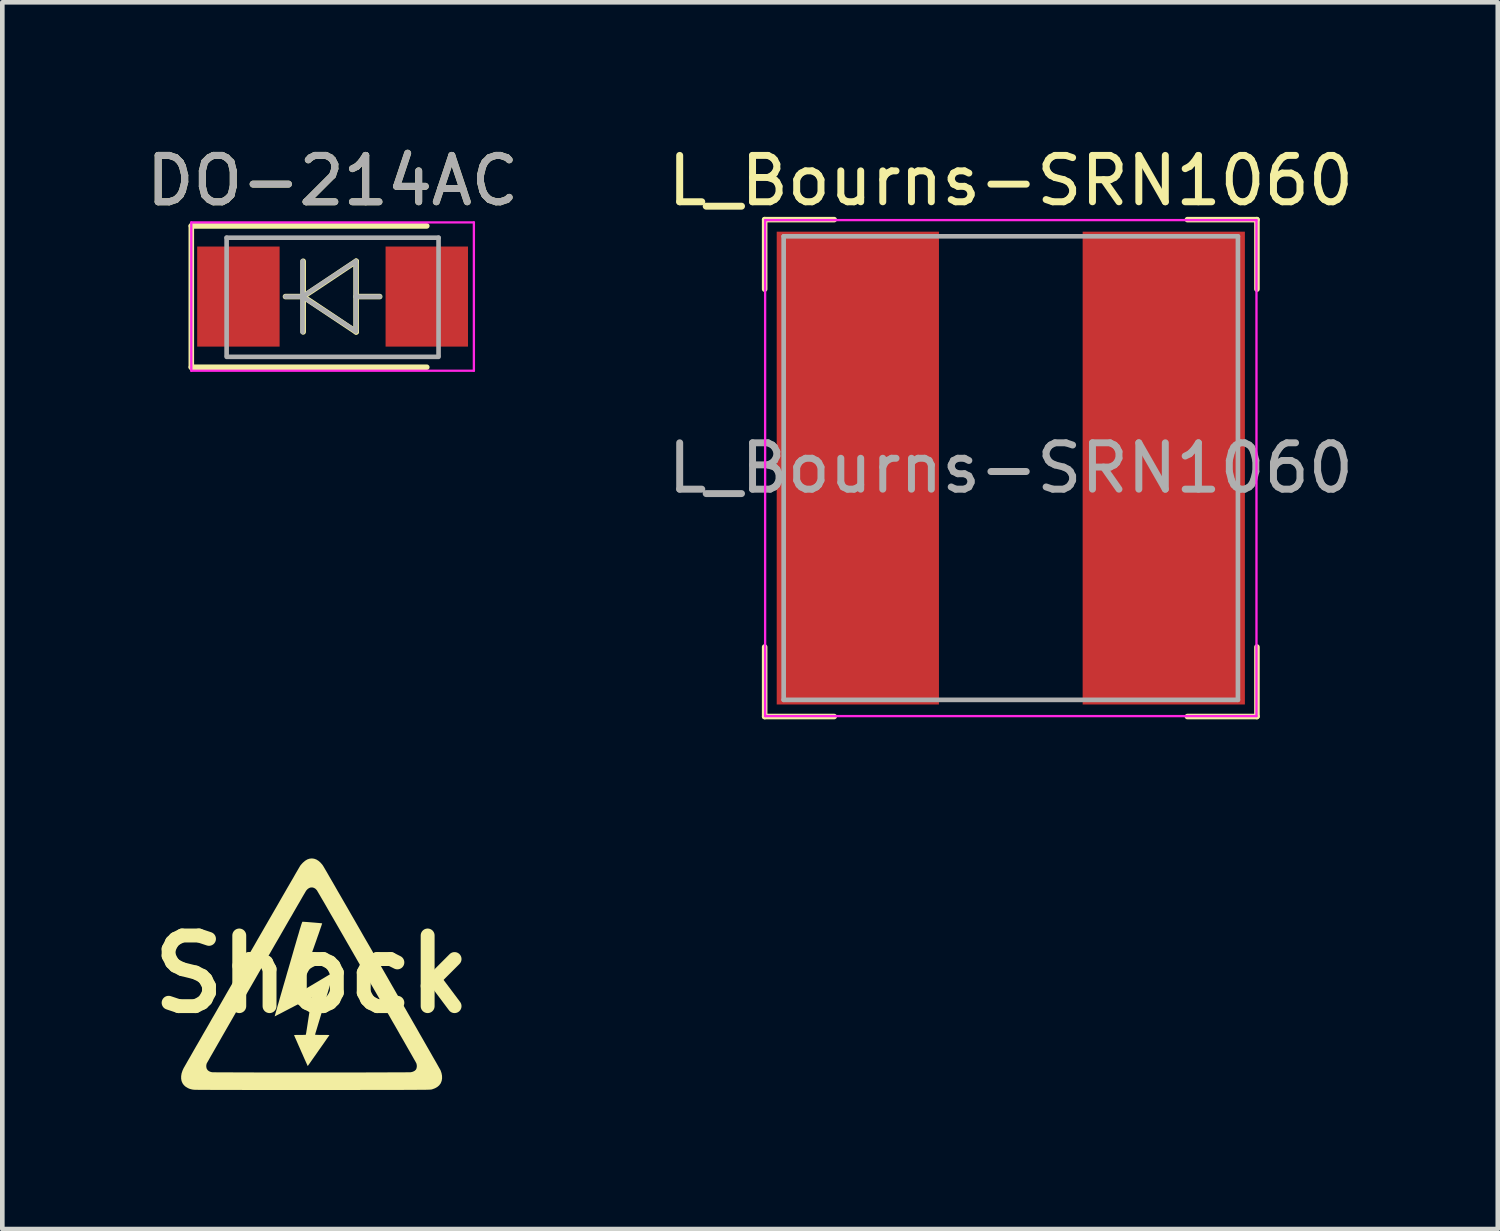
<source format=kicad_pcb>
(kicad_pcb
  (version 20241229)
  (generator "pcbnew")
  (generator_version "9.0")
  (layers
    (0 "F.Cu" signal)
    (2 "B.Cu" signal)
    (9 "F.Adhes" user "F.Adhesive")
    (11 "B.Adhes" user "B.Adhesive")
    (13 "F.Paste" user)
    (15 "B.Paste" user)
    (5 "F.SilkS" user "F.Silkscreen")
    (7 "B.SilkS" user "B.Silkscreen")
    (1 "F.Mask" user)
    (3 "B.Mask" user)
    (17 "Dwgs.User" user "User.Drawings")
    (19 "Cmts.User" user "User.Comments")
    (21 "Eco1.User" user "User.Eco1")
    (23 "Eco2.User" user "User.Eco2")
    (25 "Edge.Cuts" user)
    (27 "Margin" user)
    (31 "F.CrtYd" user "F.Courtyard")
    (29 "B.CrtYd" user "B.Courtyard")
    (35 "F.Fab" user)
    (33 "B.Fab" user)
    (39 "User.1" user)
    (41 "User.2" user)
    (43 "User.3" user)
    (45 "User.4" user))
  (footprint "L_Bourns-SRN1060"
    (layer "F.Cu")
    (at 18.756 7.048)
    (property "Reference" "L_Bourns-SRN1060" (at 0 -6.2 0) (layer "F.SilkS") (effects (font (size 1 1) (thickness 0.15))))
    (attr smd)
    (fp_line (start -5.31 -5.36) (end -5.31 -3.86) (stroke (width 0.12) (type solid)) (layer "F.SilkS"))
    (fp_line (start -5.31 -5.36) (end -3.81 -5.36) (stroke (width 0.12) (type solid)) (layer "F.SilkS"))
    (fp_line (start -5.31 5.36) (end -5.31 3.86) (stroke (width 0.12) (type solid)) (layer "F.SilkS"))
    (fp_line (start -5.31 5.36) (end -3.81 5.36) (stroke (width 0.12) (type solid)) (layer "F.SilkS"))
    (fp_line (start 5.31 -5.36) (end 3.81 -5.36) (stroke (width 0.12) (type solid)) (layer "F.SilkS"))
    (fp_line (start 5.31 -5.36) (end 5.31 -3.86) (stroke (width 0.12) (type solid)) (layer "F.SilkS"))
    (fp_line (start 5.31 5.36) (end 3.81 5.36) (stroke (width 0.12) (type solid)) (layer "F.SilkS"))
    (fp_line (start 5.31 5.36) (end 5.31 3.86) (stroke (width 0.12) (type solid)) (layer "F.SilkS"))
    (fp_line (start -5.3 -5.35) (end -5.3 5.35) (stroke (width 0.05) (type solid)) (layer "F.CrtYd"))
    (fp_line (start -5.3 -5.35) (end 5.3 -5.35) (stroke (width 0.05) (type solid)) (layer "F.CrtYd"))
    (fp_line (start -5.3 5.35) (end 5.3 5.35) (stroke (width 0.05) (type solid)) (layer "F.CrtYd"))
    (fp_line (start 5.3 -5.35) (end 5.3 5.35) (stroke (width 0.05) (type solid)) (layer "F.CrtYd"))
    (fp_line (start -4.9 -5) (end -4.9 5) (stroke (width 0.1) (type solid)) (layer "F.Fab"))
    (fp_line (start -4.9 -5) (end 4.9 -5) (stroke (width 0.1) (type solid)) (layer "F.Fab"))
    (fp_line (start -4.9 5) (end 4.9 5) (stroke (width 0.1) (type solid)) (layer "F.Fab"))
    (fp_line (start 4.9 -5) (end 4.9 5) (stroke (width 0.1) (type solid)) (layer "F.Fab"))
    (fp_text user "${REFERENCE}" (at 0 0 0) (layer "F.Fab") (effects (font (size 1 1) (thickness 0.15))))
    (pad "1" smd rect (at -3.3 0) (size 3.5 10.2) (layers "F.Cu" "F.Mask" "F.Paste"))
    (pad "2" smd rect (at 3.3 0) (size 3.5 10.2) (layers "F.Cu" "F.Mask" "F.Paste")))
  (footprint "DO-214AC"
    (layer "F.Cu")
    (at 4.125 3.348)
    (property "Reference" "DO-214AC" (at 0 -2.5 0) (layer "F.SilkS") (effects (font (size 1 1) (thickness 0.15))))
    (attr smd)
    (fp_line (start -3.048 -1.524) (end -3.048 1.524) (stroke (width 0.12) (type solid)) (layer "F.SilkS"))
    (fp_line (start -3.048 1.524) (end 2.032 1.524) (stroke (width 0.12) (type solid)) (layer "F.SilkS"))
    (fp_line (start -0.635 -0.762) (end -0.635 0.762) (stroke (width 0.12) (type solid)) (layer "F.SilkS"))
    (fp_line (start -0.635 0) (end -1.016 0) (stroke (width 0.12) (type solid)) (layer "F.SilkS"))
    (fp_line (start -0.635 0) (end 0.508 -0.762) (stroke (width 0.12) (type solid)) (layer "F.SilkS"))
    (fp_line (start 0.508 -0.762) (end 0.508 0.762) (stroke (width 0.12) (type solid)) (layer "F.SilkS"))
    (fp_line (start 0.508 0) (end 1.016 0) (stroke (width 0.12) (type solid)) (layer "F.SilkS"))
    (fp_line (start 0.508 0.762) (end -0.635 0) (stroke (width 0.12) (type solid)) (layer "F.SilkS"))
    (fp_line (start 2.032 -1.524) (end -3.048 -1.524) (stroke (width 0.12) (type solid)) (layer "F.SilkS"))
    (fp_line (start -3.048 -1.6) (end 3.048 -1.6) (stroke (width 0.05) (type solid)) (layer "F.CrtYd"))
    (fp_line (start -3.048 1.6) (end -3.048 -1.6) (stroke (width 0.05) (type solid)) (layer "F.CrtYd"))
    (fp_line (start 3.048 -1.6) (end 3.048 1.6) (stroke (width 0.05) (type solid)) (layer "F.CrtYd"))
    (fp_line (start 3.048 1.6) (end -3.048 1.6) (stroke (width 0.05) (type solid)) (layer "F.CrtYd"))
    (fp_line (start -2.286 -1.27) (end -2.286 1.27) (stroke (width 0.1) (type solid)) (layer "F.Fab"))
    (fp_line (start -2.286 -1.27) (end 2.286 -1.27) (stroke (width 0.1) (type solid)) (layer "F.Fab"))
    (fp_line (start -2.286 1.3) (end 2.286 1.3) (stroke (width 0.1) (type solid)) (layer "F.Fab"))
    (fp_line (start -0.649 -0.762) (end -0.649 0.762) (stroke (width 0.1) (type solid)) (layer "F.Fab"))
    (fp_line (start -0.649 0.001) (end -1.016 0.001) (stroke (width 0.1) (type solid)) (layer "F.Fab"))
    (fp_line (start -0.649 0.001) (end 0.501 -0.762) (stroke (width 0.1) (type solid)) (layer "F.Fab"))
    (fp_line (start -0.649 0.001) (end 0.501 0.75) (stroke (width 0.1) (type solid)) (layer "F.Fab"))
    (fp_line (start 0.501 0.001) (end 1.016 0.001) (stroke (width 0.1) (type solid)) (layer "F.Fab"))
    (fp_line (start 0.501 0.75) (end 0.501 -0.762) (stroke (width 0.1) (type solid)) (layer "F.Fab"))
    (fp_line (start 2.286 1.27) (end 2.286 -1.27) (stroke (width 0.1) (type solid)) (layer "F.Fab"))
    (fp_text user "${REFERENCE}" (at 0 -2.5 0) (layer "F.Fab") (effects (font (size 1 1) (thickness 0.15))))
    (pad "1" smd rect (at -2.032 0) (size 1.778 2.159) (layers "F.Cu" "F.Mask" "F.Paste"))
    (pad "2" smd rect (at 2.032 0) (size 1.778 2.159) (layers "F.Cu" "F.Mask" "F.Paste")))
  (footprint "Shock"
    (layer "F.Cu")
    (at 3.672 17.966)
    (property "Reference" "Shock" (at 0 0 0) (layer "F.SilkS") (effects (font (size 1.524 1.524) (thickness 0.3))))
    (attr board_only exclude_from_pos_files exclude_from_bom)
    (fp_poly (pts (xy -0.186 -1.131) (xy -0.167 -1.13) (xy -0.14 -1.128) (xy -0.107 -1.126) (xy -0.07 -1.123) (xy -0.029 -1.12) (xy 0.014 -1.116) (xy 0.056 -1.113) (xy 0.098 -1.109) (xy 0.136 -1.106) (xy 0.169 -1.103) (xy 0.197 -1.1) (xy 0.216 -1.098) (xy 0.227 -1.096) (xy 0.228 -1.096) (xy 0.227 -1.09) (xy 0.221 -1.074) (xy 0.213 -1.049) (xy 0.201 -1.014) (xy 0.186 -0.971) (xy 0.169 -0.921) (xy 0.149 -0.863) (xy 0.126 -0.799) (xy 0.102 -0.729) (xy 0.075 -0.653) (xy 0.047 -0.573) (xy 0.017 -0.489) (xy -0.014 -0.402) (xy -0.036 -0.338) (xy -0.068 -0.249) (xy -0.099 -0.162) (xy -0.128 -0.079) (xy -0.156 -0.001) (xy -0.182 0.073) (xy -0.206 0.142) (xy -0.228 0.204) (xy -0.248 0.259) (xy -0.264 0.308) (xy -0.279 0.348) (xy -0.29 0.38) (xy -0.297 0.402) (xy -0.302 0.415) (xy -0.302 0.418) (xy -0.297 0.415) (xy -0.283 0.407) (xy -0.261 0.394) (xy -0.23 0.376) (xy -0.193 0.355) (xy -0.15 0.329) (xy -0.102 0.3) (xy -0.049 0.268) (xy 0.008 0.234) (xy 0.069 0.198) (xy 0.089 0.186) (xy 0.15 0.15) (xy 0.208 0.115) (xy 0.262 0.083) (xy 0.312 0.053) (xy 0.357 0.026) (xy 0.397 0.003) (xy 0.429 -0.016) (xy 0.454 -0.031) (xy 0.471 -0.04) (xy 0.479 -0.045) (xy 0.48 -0.045) (xy 0.478 -0.039) (xy 0.474 -0.023) (xy 0.466 0.002) (xy 0.456 0.037) (xy 0.443 0.08) (xy 0.428 0.13) (xy 0.411 0.188) (xy 0.392 0.252) (xy 0.371 0.321) (xy 0.349 0.396) (xy 0.325 0.475) (xy 0.3 0.557) (xy 0.278 0.629) (xy 0.252 0.714) (xy 0.228 0.796) (xy 0.204 0.874) (xy 0.182 0.948) (xy 0.161 1.017) (xy 0.142 1.08) (xy 0.125 1.137) (xy 0.11 1.187) (xy 0.097 1.229) (xy 0.087 1.262) (xy 0.08 1.287) (xy 0.076 1.301) (xy 0.075 1.305) (xy 0.08 1.307) (xy 0.096 1.308) (xy 0.12 1.309) (xy 0.151 1.31) (xy 0.188 1.31) (xy 0.228 1.311) (xy 0.23 1.311) (xy 0.271 1.311) (xy 0.308 1.311) (xy 0.339 1.311) (xy 0.363 1.312) (xy 0.379 1.313) (xy 0.385 1.313) (xy 0.385 1.313) (xy 0.382 1.318) (xy 0.373 1.332) (xy 0.358 1.353) (xy 0.339 1.38) (xy 0.316 1.413) (xy 0.289 1.452) (xy 0.26 1.494) (xy 0.228 1.539) (xy 0.195 1.586) (xy 0.161 1.634) (xy 0.127 1.683) (xy 0.094 1.731) (xy 0.061 1.777) (xy 0.03 1.821) (xy 0.002 1.861) (xy -0.023 1.897) (xy -0.045 1.928) (xy -0.063 1.953) (xy -0.075 1.971) (xy -0.082 1.98) (xy -0.083 1.982) (xy -0.086 1.977) (xy -0.092 1.962) (xy -0.103 1.939) (xy -0.117 1.908) (xy -0.134 1.87) (xy -0.154 1.826) (xy -0.176 1.776) (xy -0.199 1.723) (xy -0.225 1.666) (xy -0.23 1.654) (xy -0.255 1.596) (xy -0.28 1.541) (xy -0.302 1.49) (xy -0.322 1.444) (xy -0.34 1.403) (xy -0.355 1.37) (xy -0.366 1.344) (xy -0.374 1.326) (xy -0.378 1.318) (xy -0.378 1.318) (xy -0.376 1.315) (xy -0.369 1.313) (xy -0.355 1.312) (xy -0.333 1.311) (xy -0.302 1.311) (xy -0.26 1.311) (xy -0.254 1.311) (xy -0.217 1.31) (xy -0.184 1.31) (xy -0.157 1.309) (xy -0.137 1.308) (xy -0.126 1.307) (xy -0.124 1.306) (xy -0.123 1.299) (xy -0.12 1.283) (xy -0.115 1.257) (xy -0.11 1.223) (xy -0.103 1.182) (xy -0.096 1.136) (xy -0.088 1.085) (xy -0.08 1.03) (xy -0.071 0.973) (xy -0.062 0.915) (xy -0.053 0.856) (xy -0.044 0.799) (xy -0.036 0.743) (xy -0.028 0.691) (xy -0.021 0.642) (xy -0.015 0.599) (xy -0.009 0.563) (xy -0.005 0.534) (xy -0.003 0.514) (xy -0.002 0.503) (xy -0.002 0.502) (xy -0.007 0.504) (xy -0.022 0.511) (xy -0.045 0.523) (xy -0.077 0.539) (xy -0.115 0.558) (xy -0.16 0.581) (xy -0.21 0.607) (xy -0.265 0.635) (xy -0.324 0.666) (xy -0.386 0.698) (xy -0.4 0.706) (xy -0.463 0.738) (xy -0.522 0.769) (xy -0.578 0.798) (xy -0.629 0.825) (xy -0.675 0.849) (xy -0.715 0.869) (xy -0.748 0.886) (xy -0.773 0.899) (xy -0.79 0.907) (xy -0.797 0.911) (xy -0.797 0.911) (xy -0.796 0.906) (xy -0.791 0.89) (xy -0.784 0.864) (xy -0.774 0.828) (xy -0.761 0.784) (xy -0.746 0.732) (xy -0.729 0.671) (xy -0.709 0.604) (xy -0.688 0.529) (xy -0.665 0.449) (xy -0.64 0.363) (xy -0.614 0.272) (xy -0.586 0.176) (xy -0.557 0.077) (xy -0.528 -0.026) (xy -0.503 -0.11) (xy -0.467 -0.234) (xy -0.434 -0.348) (xy -0.404 -0.452) (xy -0.377 -0.547) (xy -0.352 -0.632) (xy -0.33 -0.708) (xy -0.31 -0.777) (xy -0.292 -0.837) (xy -0.276 -0.89) (xy -0.263 -0.937) (xy -0.251 -0.977) (xy -0.24 -1.011) (xy -0.231 -1.04) (xy -0.224 -1.063) (xy -0.218 -1.083) (xy -0.212 -1.098) (xy -0.208 -1.109) (xy -0.205 -1.118) (xy -0.202 -1.124) (xy -0.199 -1.128) (xy -0.197 -1.13) (xy -0.195 -1.131) (xy -0.195 -1.131)) (stroke (width 0) (type solid)) (fill yes) (layer "F.SilkS"))
    (fp_poly (pts (xy 0.054 -2.491) (xy 0.102 -2.474) (xy 0.149 -2.445) (xy 0.187 -2.412) (xy 0.207 -2.39) (xy 0.228 -2.366) (xy 0.244 -2.344) (xy 0.245 -2.342) (xy 0.25 -2.334) (xy 0.261 -2.316) (xy 0.277 -2.289) (xy 0.298 -2.253) (xy 0.324 -2.209) (xy 0.354 -2.157) (xy 0.388 -2.097) (xy 0.427 -2.03) (xy 0.47 -1.956) (xy 0.516 -1.876) (xy 0.565 -1.79) (xy 0.618 -1.699) (xy 0.674 -1.602) (xy 0.733 -1.5) (xy 0.794 -1.394) (xy 0.857 -1.284) (xy 0.923 -1.17) (xy 0.99 -1.053) (xy 1.059 -0.933) (xy 1.129 -0.81) (xy 1.201 -0.686) (xy 1.274 -0.56) (xy 1.347 -0.432) (xy 1.421 -0.304) (xy 1.495 -0.175) (xy 1.569 -0.046) (xy 1.643 0.083) (xy 1.716 0.211) (xy 1.789 0.338) (xy 1.861 0.464) (xy 1.932 0.587) (xy 2.002 0.709) (xy 2.07 0.828) (xy 2.137 0.944) (xy 2.201 1.056) (xy 2.264 1.165) (xy 2.323 1.27) (xy 2.381 1.37) (xy 2.435 1.465) (xy 2.486 1.554) (xy 2.534 1.638) (xy 2.579 1.716) (xy 2.619 1.787) (xy 2.656 1.851) (xy 2.689 1.908) (xy 2.717 1.958) (xy 2.74 1.999) (xy 2.758 2.031) (xy 2.772 2.055) (xy 2.78 2.07) (xy 2.782 2.074) (xy 2.803 2.134) (xy 2.814 2.193) (xy 2.815 2.249) (xy 2.806 2.302) (xy 2.787 2.35) (xy 2.78 2.362) (xy 2.751 2.4) (xy 2.712 2.433) (xy 2.663 2.461) (xy 2.607 2.482) (xy 2.589 2.487) (xy 2.586 2.488) (xy 2.582 2.488) (xy 2.576 2.489) (xy 2.57 2.49) (xy 2.562 2.49) (xy 2.552 2.491) (xy 2.539 2.492) (xy 2.525 2.492) (xy 2.507 2.493) (xy 2.486 2.493) (xy 2.461 2.494) (xy 2.433 2.494) (xy 2.4 2.494) (xy 2.363 2.495) (xy 2.321 2.495) (xy 2.273 2.495) (xy 2.221 2.496) (xy 2.162 2.496) (xy 2.098 2.496) (xy 2.026 2.496) (xy 1.949 2.497) (xy 1.864 2.497) (xy 1.771 2.497) (xy 1.671 2.497) (xy 1.563 2.497) (xy 1.446 2.497) (xy 1.321 2.497) (xy 1.187 2.497) (xy 1.043 2.498) (xy 0.89 2.498) (xy 0.726 2.498) (xy 0.553 2.498) (xy 0.369 2.498) (xy 0.173 2.498) (xy 0.037 2.498) (xy -0.132 2.498) (xy -0.299 2.498) (xy -0.463 2.498) (xy -0.624 2.498) (xy -0.781 2.498) (xy -0.933 2.498) (xy -1.081 2.498) (xy -1.224 2.498) (xy -1.361 2.498) (xy -1.493 2.498) (xy -1.618 2.497) (xy -1.737 2.497) (xy -1.85 2.497) (xy -1.955 2.497) (xy -2.052 2.497) (xy -2.141 2.497) (xy -2.222 2.496) (xy -2.294 2.496) (xy -2.357 2.496) (xy -2.411 2.496) (xy -2.454 2.495) (xy -2.488 2.495) (xy -2.511 2.495) (xy -2.522 2.495) (xy -2.523 2.494) (xy -2.566 2.49) (xy -2.602 2.482) (xy -2.635 2.472) (xy -2.67 2.457) (xy -2.672 2.455) (xy -2.719 2.427) (xy -2.757 2.392) (xy -2.786 2.351) (xy -2.805 2.305) (xy -2.814 2.255) (xy -2.814 2.2) (xy -2.805 2.142) (xy -2.785 2.081) (xy -2.76 2.026) (xy -2.755 2.017) (xy -2.744 1.999) (xy -2.741 1.994) (xy -2.272 1.994) (xy -2.267 2.025) (xy -2.26 2.044) (xy -2.239 2.074) (xy -2.21 2.095) (xy -2.172 2.11) (xy -2.147 2.115) (xy -2.138 2.116) (xy -2.119 2.116) (xy -2.089 2.116) (xy -2.048 2.117) (xy -1.999 2.117) (xy -1.94 2.117) (xy -1.873 2.118) (xy -1.798 2.118) (xy -1.715 2.118) (xy -1.625 2.119) (xy -1.529 2.119) (xy -1.426 2.119) (xy -1.318 2.119) (xy -1.205 2.12) (xy -1.088 2.12) (xy -0.966 2.12) (xy -0.841 2.12) (xy -0.712 2.12) (xy -0.581 2.12) (xy -0.448 2.12) (xy -0.313 2.12) (xy -0.177 2.12) (xy -0.041 2.12) (xy 0.096 2.12) (xy 0.232 2.12) (xy 0.368 2.12) (xy 0.502 2.12) (xy 0.634 2.12) (xy 0.764 2.12) (xy 0.891 2.12) (xy 1.015 2.12) (xy 1.135 2.12) (xy 1.251 2.119) (xy 1.362 2.119) (xy 1.467 2.119) (xy 1.567 2.119) (xy 1.661 2.118) (xy 1.748 2.118) (xy 1.827 2.118) (xy 1.899 2.118) (xy 1.963 2.117) (xy 2.018 2.117) (xy 2.063 2.116) (xy 2.099 2.116) (xy 2.125 2.116) (xy 2.14 2.115) (xy 2.143 2.115) (xy 2.185 2.104) (xy 2.22 2.087) (xy 2.245 2.065) (xy 2.252 2.057) (xy 2.264 2.029) (xy 2.27 1.995) (xy 2.269 1.96) (xy 2.261 1.926) (xy 2.26 1.923) (xy 2.256 1.916) (xy 2.247 1.899) (xy 2.233 1.873) (xy 2.213 1.839) (xy 2.189 1.796) (xy 2.16 1.745) (xy 2.127 1.687) (xy 2.09 1.623) (xy 2.049 1.551) (xy 2.005 1.473) (xy 1.957 1.39) (xy 1.906 1.302) (xy 1.853 1.208) (xy 1.797 1.11) (xy 1.738 1.009) (xy 1.678 0.903) (xy 1.616 0.795) (xy 1.552 0.683) (xy 1.487 0.57) (xy 1.42 0.454) (xy 1.353 0.338) (xy 1.285 0.22) (xy 1.217 0.101) (xy 1.149 -0.017) (xy 1.081 -0.136) (xy 1.013 -0.253) (xy 0.946 -0.37) (xy 0.88 -0.485) (xy 0.815 -0.598) (xy 0.751 -0.709) (xy 0.689 -0.817) (xy 0.629 -0.921) (xy 0.571 -1.022) (xy 0.515 -1.119) (xy 0.462 -1.211) (xy 0.411 -1.298) (xy 0.364 -1.38) (xy 0.32 -1.457) (xy 0.28 -1.527) (xy 0.243 -1.59) (xy 0.21 -1.646) (xy 0.182 -1.695) (xy 0.158 -1.735) (xy 0.139 -1.768) (xy 0.125 -1.791) (xy 0.117 -1.806) (xy 0.114 -1.81) (xy 0.085 -1.841) (xy 0.053 -1.861) (xy 0.019 -1.871) (xy -0.016 -1.871) (xy -0.05 -1.86) (xy -0.083 -1.839) (xy -0.113 -1.807) (xy -0.12 -1.797) (xy -0.125 -1.789) (xy -0.135 -1.772) (xy -0.15 -1.746) (xy -0.171 -1.711) (xy -0.196 -1.668) (xy -0.225 -1.617) (xy -0.259 -1.558) (xy -0.297 -1.493) (xy -0.338 -1.422) (xy -0.383 -1.344) (xy -0.431 -1.26) (xy -0.483 -1.172) (xy -0.537 -1.078) (xy -0.593 -0.98) (xy -0.652 -0.878) (xy -0.712 -0.773) (xy -0.775 -0.665) (xy -0.839 -0.554) (xy -0.904 -0.44) (xy -0.971 -0.325) (xy -1.038 -0.208) (xy -1.105 -0.091) (xy -1.173 0.027) (xy -1.241 0.146) (xy -1.309 0.264) (xy -1.377 0.381) (xy -1.444 0.497) (xy -1.509 0.612) (xy -1.574 0.724) (xy -1.638 0.835) (xy -1.699 0.942) (xy -1.759 1.046) (xy -1.817 1.147) (xy -1.872 1.243) (xy -1.925 1.335) (xy -1.974 1.421) (xy -2.021 1.503) (xy -2.064 1.578) (xy -2.104 1.648) (xy -2.14 1.711) (xy -2.172 1.766) (xy -2.199 1.814) (xy -2.222 1.855) (xy -2.24 1.886) (xy -2.253 1.909) (xy -2.261 1.923) (xy -2.263 1.927) (xy -2.271 1.96) (xy -2.272 1.994) (xy -2.741 1.994) (xy -2.729 1.972) (xy -2.708 1.936) (xy -2.683 1.891) (xy -2.653 1.839) (xy -2.618 1.779) (xy -2.58 1.712) (xy -2.538 1.638) (xy -2.492 1.558) (xy -2.442 1.472) (xy -2.389 1.38) (xy -2.334 1.283) (xy -2.275 1.182) (xy -2.214 1.076) (xy -2.151 0.965) (xy -2.085 0.852) (xy -2.018 0.735) (xy -1.949 0.615) (xy -1.879 0.493) (xy -1.808 0.369) (xy -1.735 0.243) (xy -1.662 0.116) (xy -1.589 -0.011) (xy -1.515 -0.14) (xy -1.441 -0.268) (xy -1.367 -0.396) (xy -1.294 -0.523) (xy -1.221 -0.649) (xy -1.15 -0.774) (xy -1.079 -0.896) (xy -1.01 -1.016) (xy -0.942 -1.134) (xy -0.876 -1.248) (xy -0.812 -1.359) (xy -0.75 -1.466) (xy -0.691 -1.569) (xy -0.635 -1.667) (xy -0.581 -1.76) (xy -0.531 -1.847) (xy -0.484 -1.928) (xy -0.44 -2.004) (xy -0.4 -2.072) (xy -0.365 -2.134) (xy -0.334 -2.188) (xy -0.307 -2.234) (xy -0.285 -2.272) (xy -0.268 -2.301) (xy -0.256 -2.321) (xy -0.25 -2.332) (xy -0.249 -2.334) (xy -0.236 -2.352) (xy -0.217 -2.374) (xy -0.196 -2.397) (xy -0.184 -2.409) (xy -0.138 -2.448) (xy -0.091 -2.476) (xy -0.043 -2.492) (xy 0.006 -2.497)) (stroke (width 0) (type solid)) (fill yes) (layer "F.SilkS")))
  (gr_rect
    (start -3 -3)
    (end 29.262 23.464)
    (stroke (width 0.1) (type default))
    (fill no)
    (layer "Edge.Cuts")))
</source>
